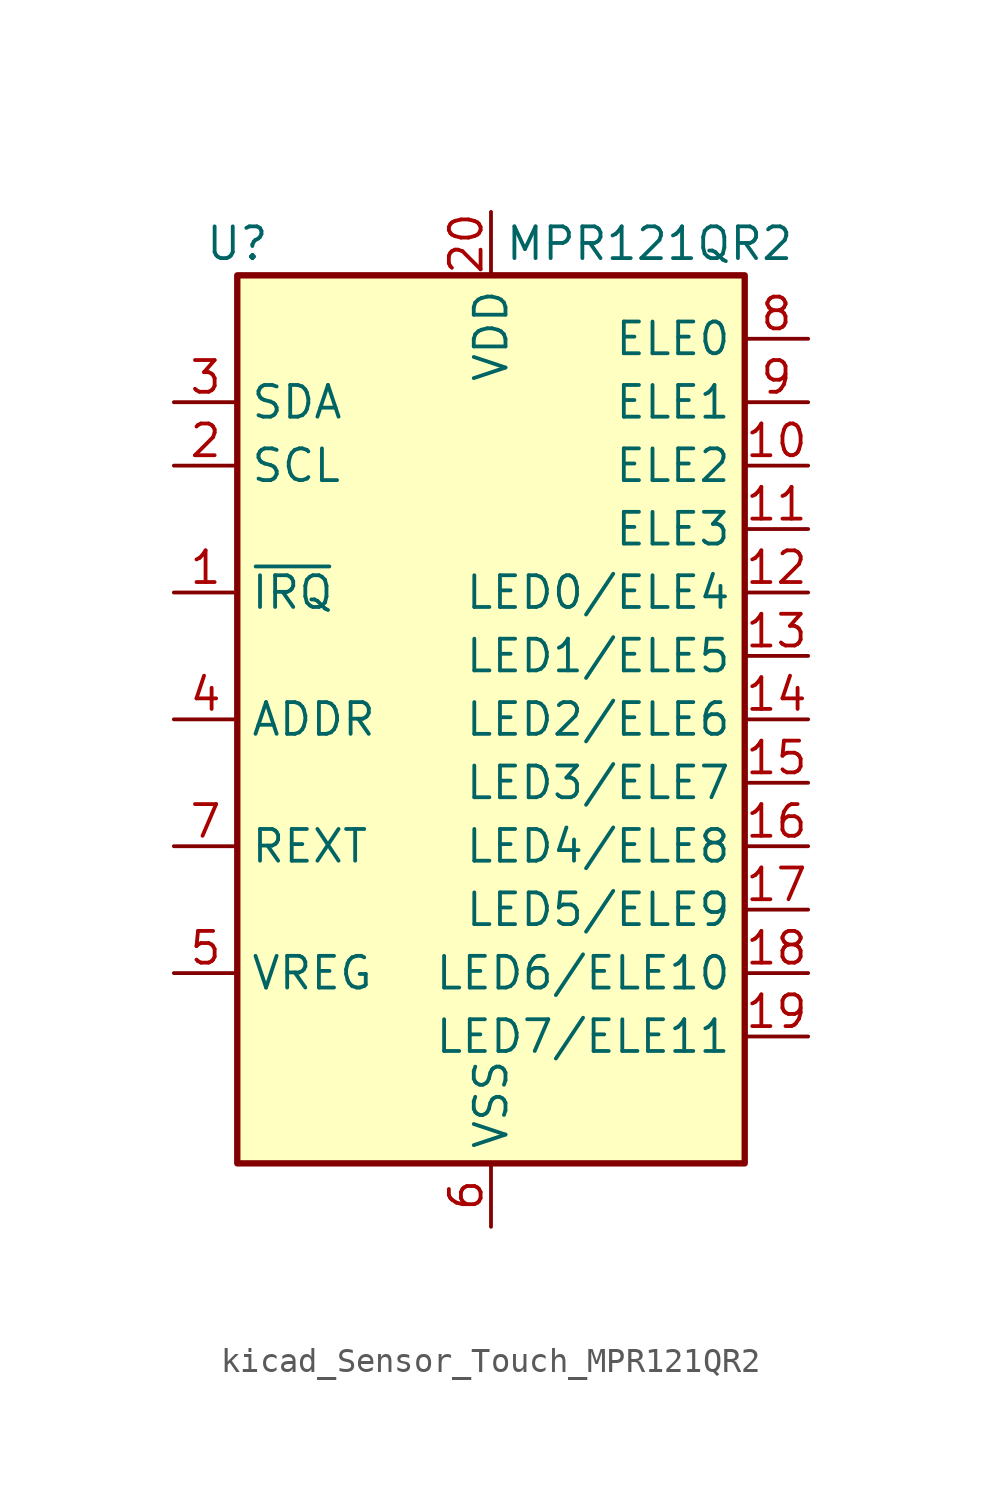
<source format=kicad_sym>
(kicad_symbol_lib
  (version 20220914)
  (generator kicad_symbol_editor)
  (symbol "kicad_Sensor_Touch_MPR121QR2"
    (property "Reference" "U"
      (at -10.16 19.05 0)
      (effects (font (size 1.27 1.27))))
    (property "Value" "MPR121QR2"
      (at 6.35 19.05 0)
      (effects (font (size 1.27 1.27))))
    (symbol "kicad_Sensor_Touch_MPR121QR2_0_1"
      (rectangle (start -10.16 17.78) (end 10.16 -17.78) (stroke (width 0.254) (type default)) (fill (type background))))
    (symbol "kicad_Sensor_Touch_MPR121QR2_1_1"
      (pin open_collector line (at -12.7 5.08 0) (length 2.54) (name "~{IRQ}" (effects (font (size 1.27 1.27)))) (number "1" (effects (font (size 1.27 1.27)))))
      (pin passive line (at 12.7 10.16 180) (length 2.54) (name "ELE2" (effects (font (size 1.27 1.27)))) (number "10" (effects (font (size 1.27 1.27)))))
      (pin passive line (at 12.7 7.62 180) (length 2.54) (name "ELE3" (effects (font (size 1.27 1.27)))) (number "11" (effects (font (size 1.27 1.27)))))
      (pin passive line (at 12.7 5.08 180) (length 2.54) (name "LED0/ELE4" (effects (font (size 1.27 1.27)))) (number "12" (effects (font (size 1.27 1.27)))))
      (pin passive line (at 12.7 2.54 180) (length 2.54) (name "LED1/ELE5" (effects (font (size 1.27 1.27)))) (number "13" (effects (font (size 1.27 1.27)))))
      (pin passive line (at 12.7 0 180) (length 2.54) (name "LED2/ELE6" (effects (font (size 1.27 1.27)))) (number "14" (effects (font (size 1.27 1.27)))))
      (pin passive line (at 12.7 -2.54 180) (length 2.54) (name "LED3/ELE7" (effects (font (size 1.27 1.27)))) (number "15" (effects (font (size 1.27 1.27)))))
      (pin passive line (at 12.7 -5.08 180) (length 2.54) (name "LED4/ELE8" (effects (font (size 1.27 1.27)))) (number "16" (effects (font (size 1.27 1.27)))))
      (pin passive line (at 12.7 -7.62 180) (length 2.54) (name "LED5/ELE9" (effects (font (size 1.27 1.27)))) (number "17" (effects (font (size 1.27 1.27)))))
      (pin passive line (at 12.7 -10.16 180) (length 2.54) (name "LED6/ELE10" (effects (font (size 1.27 1.27)))) (number "18" (effects (font (size 1.27 1.27)))))
      (pin passive line (at 12.7 -12.7 180) (length 2.54) (name "LED7/ELE11" (effects (font (size 1.27 1.27)))) (number "19" (effects (font (size 1.27 1.27)))))
      (pin input line (at -12.7 10.16 0) (length 2.54) (name "SCL" (effects (font (size 1.27 1.27)))) (number "2" (effects (font (size 1.27 1.27)))))
      (pin power_in line (at 0 20.32 270) (length 2.54) (name "VDD" (effects (font (size 1.27 1.27)))) (number "20" (effects (font (size 1.27 1.27)))))
      (pin bidirectional line (at -12.7 12.7 0) (length 2.54) (name "SDA" (effects (font (size 1.27 1.27)))) (number "3" (effects (font (size 1.27 1.27)))))
      (pin input line (at -12.7 0 0) (length 2.54) (name "ADDR" (effects (font (size 1.27 1.27)))) (number "4" (effects (font (size 1.27 1.27)))))
      (pin passive line (at -12.7 -10.16 0) (length 2.54) (name "VREG" (effects (font (size 1.27 1.27)))) (number "5" (effects (font (size 1.27 1.27)))))
      (pin power_in line (at 0 -20.32 90) (length 2.54) (name "VSS" (effects (font (size 1.27 1.27)))) (number "6" (effects (font (size 1.27 1.27)))))
      (pin passive line (at -12.7 -5.08 0) (length 2.54) (name "REXT" (effects (font (size 1.27 1.27)))) (number "7" (effects (font (size 1.27 1.27)))))
      (pin passive line (at 12.7 15.24 180) (length 2.54) (name "ELE0" (effects (font (size 1.27 1.27)))) (number "8" (effects (font (size 1.27 1.27)))))
      (pin passive line (at 12.7 12.7 180) (length 2.54) (name "ELE1" (effects (font (size 1.27 1.27)))) (number "9" (effects (font (size 1.27 1.27))))))))
</source>
